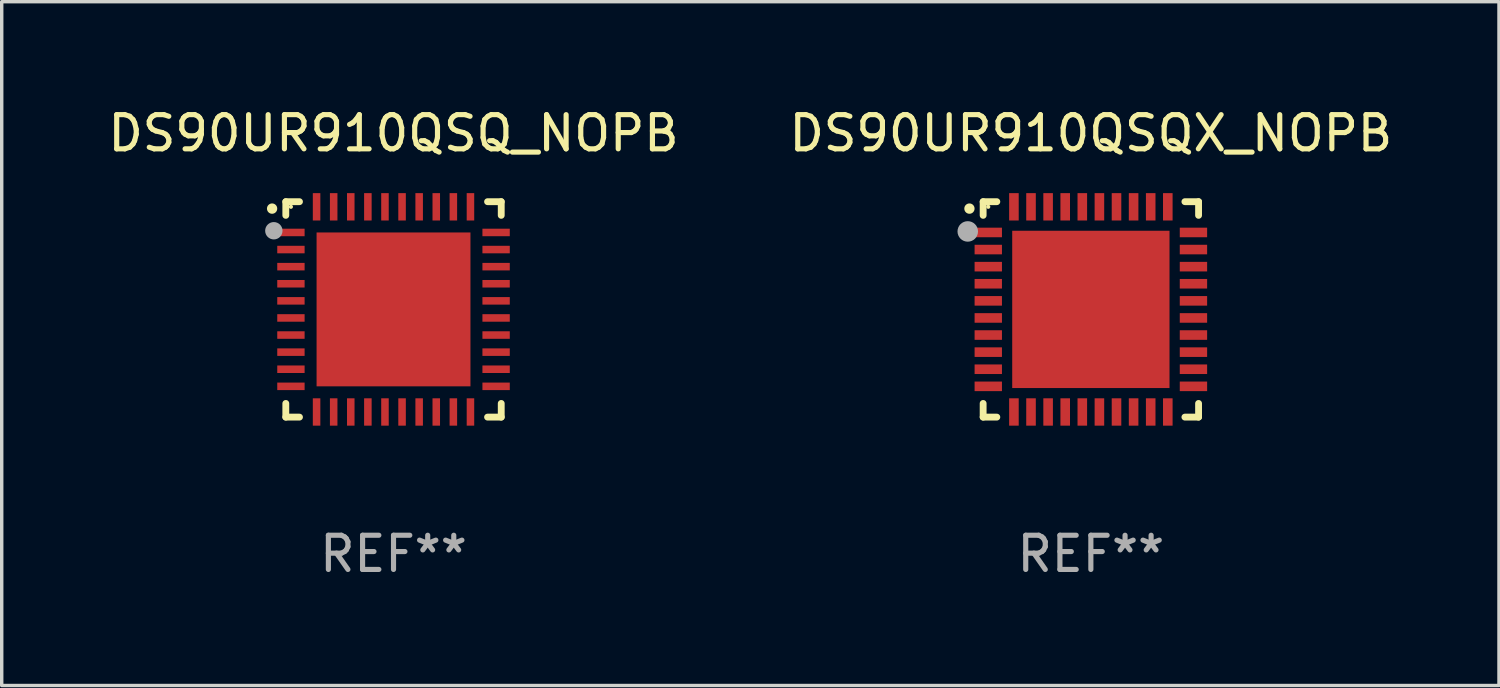
<source format=kicad_pcb>
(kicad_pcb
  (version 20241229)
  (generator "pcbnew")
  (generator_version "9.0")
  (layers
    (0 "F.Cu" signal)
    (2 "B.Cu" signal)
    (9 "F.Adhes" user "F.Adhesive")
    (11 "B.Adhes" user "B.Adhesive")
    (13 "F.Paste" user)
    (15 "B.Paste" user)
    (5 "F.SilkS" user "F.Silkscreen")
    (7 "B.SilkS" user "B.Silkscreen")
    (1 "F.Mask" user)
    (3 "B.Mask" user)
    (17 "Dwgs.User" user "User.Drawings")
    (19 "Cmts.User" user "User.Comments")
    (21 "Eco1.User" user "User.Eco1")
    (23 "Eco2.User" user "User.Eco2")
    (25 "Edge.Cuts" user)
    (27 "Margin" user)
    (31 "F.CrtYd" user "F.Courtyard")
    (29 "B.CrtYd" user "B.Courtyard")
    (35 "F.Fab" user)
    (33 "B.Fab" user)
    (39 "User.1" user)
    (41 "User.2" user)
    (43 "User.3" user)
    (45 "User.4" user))
  (footprint "DS90UR910QSQX_NOPB"
    (layer "F.Cu")
    (at 28.851 5.998)
    (property "Reference" "DS90UR910QSQX_NOPB" (at 0 -5.15 0) (layer "F.SilkS") (effects (font (size 1 1) (thickness 0.15))))
    (attr through_hole)
    (fp_line (start -3.15 -3.15) (end -2.75 -3.15) (stroke (width 0.2) (type solid)) (layer "F.SilkS"))
    (fp_line (start -3.15 -2.75) (end -3.15 -3.15) (stroke (width 0.2) (type solid)) (layer "F.SilkS"))
    (fp_line (start -3.15 3.15) (end -3.15 2.75) (stroke (width 0.2) (type solid)) (layer "F.SilkS"))
    (fp_line (start -2.75 3.15) (end -3.15 3.15) (stroke (width 0.2) (type solid)) (layer "F.SilkS"))
    (fp_line (start 2.75 -3.15) (end 3.15 -3.15) (stroke (width 0.2) (type solid)) (layer "F.SilkS"))
    (fp_line (start 2.75 3.15) (end 3.15 3.15) (stroke (width 0.2) (type solid)) (layer "F.SilkS"))
    (fp_line (start 3.15 -3.15) (end 3.15 -2.75) (stroke (width 0.2) (type solid)) (layer "F.SilkS"))
    (fp_line (start 3.15 3.15) (end 3.15 2.75) (stroke (width 0.2) (type solid)) (layer "F.SilkS"))
    (fp_arc (start -3.550927 -2.946406) (mid -3.550932 -2.947676) (end -3.550927 -2.948946) (stroke (width 0.3) (type solid)) (layer "F.SilkS"))
    (fp_circle (center -3 -3) (end -2.97 -3) (stroke (width 0.06) (type solid)) (fill no) (layer "F.SilkS"))
    (fp_circle (center -3.6 -2.28) (end -3.45 -2.28) (stroke (width 0.3) (type solid)) (fill no) (layer "F.Fab"))
    (fp_text user "REF**" (at 0 7.15 0) (layer "F.Fab") (effects (font (size 1 1) (thickness 0.15))))
    (pad "1" smd rect (at -3 -2.25 90) (size 0.28 0.8) (layers "F.Cu" "F.Mask" "F.Paste"))
    (pad "2" smd rect (at -3 -1.75 90) (size 0.28 0.8) (layers "F.Cu" "F.Mask" "F.Paste"))
    (pad "3" smd rect (at -3 -1.25 90) (size 0.28 0.8) (layers "F.Cu" "F.Mask" "F.Paste"))
    (pad "4" smd rect (at -3 -0.75 90) (size 0.28 0.8) (layers "F.Cu" "F.Mask" "F.Paste"))
    (pad "5" smd rect (at -3 -0.25 90) (size 0.28 0.8) (layers "F.Cu" "F.Mask" "F.Paste"))
    (pad "6" smd rect (at -3 0.25 90) (size 0.28 0.8) (layers "F.Cu" "F.Mask" "F.Paste"))
    (pad "7" smd rect (at -3 0.75 90) (size 0.28 0.8) (layers "F.Cu" "F.Mask" "F.Paste"))
    (pad "8" smd rect (at -3 1.25 90) (size 0.28 0.8) (layers "F.Cu" "F.Mask" "F.Paste"))
    (pad "9" smd rect (at -3 1.75 90) (size 0.28 0.8) (layers "F.Cu" "F.Mask" "F.Paste"))
    (pad "10" smd rect (at -3 2.25 90) (size 0.28 0.8) (layers "F.Cu" "F.Mask" "F.Paste"))
    (pad "11" smd rect (at -2.25 3) (size 0.28 0.8) (layers "F.Cu" "F.Mask" "F.Paste"))
    (pad "12" smd rect (at -1.75 3) (size 0.28 0.8) (layers "F.Cu" "F.Mask" "F.Paste"))
    (pad "13" smd rect (at -1.25 3) (size 0.28 0.8) (layers "F.Cu" "F.Mask" "F.Paste"))
    (pad "14" smd rect (at -0.75 3) (size 0.28 0.8) (layers "F.Cu" "F.Mask" "F.Paste"))
    (pad "15" smd rect (at -0.25 3) (size 0.28 0.8) (layers "F.Cu" "F.Mask" "F.Paste"))
    (pad "16" smd rect (at 0.25 3) (size 0.28 0.8) (layers "F.Cu" "F.Mask" "F.Paste"))
    (pad "17" smd rect (at 0.75 3) (size 0.28 0.8) (layers "F.Cu" "F.Mask" "F.Paste"))
    (pad "18" smd rect (at 1.25 3) (size 0.28 0.8) (layers "F.Cu" "F.Mask" "F.Paste"))
    (pad "19" smd rect (at 1.75 3) (size 0.28 0.8) (layers "F.Cu" "F.Mask" "F.Paste"))
    (pad "20" smd rect (at 2.25 3) (size 0.28 0.8) (layers "F.Cu" "F.Mask" "F.Paste"))
    (pad "21" smd rect (at 3 2.25 90) (size 0.28 0.8) (layers "F.Cu" "F.Mask" "F.Paste"))
    (pad "22" smd rect (at 3 1.75 90) (size 0.28 0.8) (layers "F.Cu" "F.Mask" "F.Paste"))
    (pad "23" smd rect (at 3 1.25 90) (size 0.28 0.8) (layers "F.Cu" "F.Mask" "F.Paste"))
    (pad "24" smd rect (at 3 0.75 90) (size 0.28 0.8) (layers "F.Cu" "F.Mask" "F.Paste"))
    (pad "25" smd rect (at 3 0.25 90) (size 0.28 0.8) (layers "F.Cu" "F.Mask" "F.Paste"))
    (pad "26" smd rect (at 3 -0.25 90) (size 0.28 0.8) (layers "F.Cu" "F.Mask" "F.Paste"))
    (pad "27" smd rect (at 3 -0.75 90) (size 0.28 0.8) (layers "F.Cu" "F.Mask" "F.Paste"))
    (pad "28" smd rect (at 3 -1.25 90) (size 0.28 0.8) (layers "F.Cu" "F.Mask" "F.Paste"))
    (pad "29" smd rect (at 3 -1.75 90) (size 0.28 0.8) (layers "F.Cu" "F.Mask" "F.Paste"))
    (pad "30" smd rect (at 3 -2.25 90) (size 0.28 0.8) (layers "F.Cu" "F.Mask" "F.Paste"))
    (pad "31" smd rect (at 2.25 -3) (size 0.28 0.8) (layers "F.Cu" "F.Mask" "F.Paste"))
    (pad "32" smd rect (at 1.75 -3) (size 0.28 0.8) (layers "F.Cu" "F.Mask" "F.Paste"))
    (pad "33" smd rect (at 1.25 -3) (size 0.28 0.8) (layers "F.Cu" "F.Mask" "F.Paste"))
    (pad "34" smd rect (at 0.75 -3) (size 0.28 0.8) (layers "F.Cu" "F.Mask" "F.Paste"))
    (pad "35" smd rect (at 0.25 -3) (size 0.28 0.8) (layers "F.Cu" "F.Mask" "F.Paste"))
    (pad "36" smd rect (at -0.25 -3) (size 0.28 0.8) (layers "F.Cu" "F.Mask" "F.Paste"))
    (pad "37" smd rect (at -0.75 -3) (size 0.28 0.8) (layers "F.Cu" "F.Mask" "F.Paste"))
    (pad "38" smd rect (at -1.25 -3) (size 0.28 0.8) (layers "F.Cu" "F.Mask" "F.Paste"))
    (pad "39" smd rect (at -1.75 -3) (size 0.28 0.8) (layers "F.Cu" "F.Mask" "F.Paste"))
    (pad "40" smd rect (at -2.25 -3) (size 0.28 0.8) (layers "F.Cu" "F.Mask" "F.Paste"))
    (pad "41" smd rect (at -0.000102 0) (size 4.6 4.6) (layers "F.Cu" "F.Mask" "F.Paste")))
  (footprint "DS90UR910QSQ_NOPB"
    (layer "F.Cu")
    (at 8.458 5.998)
    (property "Reference" "DS90UR910QSQ_NOPB" (at 0 -5.15 0) (layer "F.SilkS") (effects (font (size 1 1) (thickness 0.15))))
    (attr through_hole)
    (fp_line (start -3.15 -3.15) (end -2.75 -3.15) (stroke (width 0.2) (type solid)) (layer "F.SilkS"))
    (fp_line (start -3.15 -2.75) (end -3.15 -3.15) (stroke (width 0.2) (type solid)) (layer "F.SilkS"))
    (fp_line (start -3.15 3.15) (end -3.15 2.75) (stroke (width 0.2) (type solid)) (layer "F.SilkS"))
    (fp_line (start -2.75 3.15) (end -3.15 3.15) (stroke (width 0.2) (type solid)) (layer "F.SilkS"))
    (fp_line (start 2.75 -3.15) (end 3.15 -3.15) (stroke (width 0.2) (type solid)) (layer "F.SilkS"))
    (fp_line (start 2.75 3.15) (end 3.15 3.15) (stroke (width 0.2) (type solid)) (layer "F.SilkS"))
    (fp_line (start 3.15 -3.15) (end 3.15 -2.75) (stroke (width 0.2) (type solid)) (layer "F.SilkS"))
    (fp_line (start 3.15 3.15) (end 3.15 2.75) (stroke (width 0.2) (type solid)) (layer "F.SilkS"))
    (fp_arc (start -3.550927 -2.946406) (mid -3.550932 -2.947676) (end -3.550927 -2.948946) (stroke (width 0.3) (type solid)) (layer "F.SilkS"))
    (fp_circle (center -3 -3) (end -2.97 -3) (stroke (width 0.06) (type solid)) (fill no) (layer "F.SilkS"))
    (fp_circle (center -3.5 -2.3) (end -3.373 -2.3) (stroke (width 0.254) (type solid)) (fill no) (layer "F.Fab"))
    (fp_text user "REF**" (at 0 7.15 0) (layer "F.Fab") (effects (font (size 1 1) (thickness 0.15))))
    (pad "1" smd rect (at -3 -2.25) (size 0.8 0.22) (layers "F.Cu" "F.Mask" "F.Paste"))
    (pad "2" smd rect (at -3 -1.75) (size 0.8 0.22) (layers "F.Cu" "F.Mask" "F.Paste"))
    (pad "3" smd rect (at -3 -1.25) (size 0.8 0.22) (layers "F.Cu" "F.Mask" "F.Paste"))
    (pad "4" smd rect (at -3 -0.75) (size 0.8 0.22) (layers "F.Cu" "F.Mask" "F.Paste"))
    (pad "5" smd rect (at -3 -0.25) (size 0.8 0.22) (layers "F.Cu" "F.Mask" "F.Paste"))
    (pad "6" smd rect (at -3 0.25) (size 0.8 0.22) (layers "F.Cu" "F.Mask" "F.Paste"))
    (pad "7" smd rect (at -3 0.75) (size 0.8 0.22) (layers "F.Cu" "F.Mask" "F.Paste"))
    (pad "8" smd rect (at -3 1.25) (size 0.8 0.22) (layers "F.Cu" "F.Mask" "F.Paste"))
    (pad "9" smd rect (at -3 1.75) (size 0.8 0.22) (layers "F.Cu" "F.Mask" "F.Paste"))
    (pad "10" smd rect (at -3 2.25) (size 0.8 0.22) (layers "F.Cu" "F.Mask" "F.Paste"))
    (pad "11" smd rect (at -2.25 3) (size 0.22 0.8) (layers "F.Cu" "F.Mask" "F.Paste"))
    (pad "12" smd rect (at -1.75 3) (size 0.22 0.8) (layers "F.Cu" "F.Mask" "F.Paste"))
    (pad "13" smd rect (at -1.25 3) (size 0.22 0.8) (layers "F.Cu" "F.Mask" "F.Paste"))
    (pad "14" smd rect (at -0.75 3) (size 0.22 0.8) (layers "F.Cu" "F.Mask" "F.Paste"))
    (pad "15" smd rect (at -0.25 3) (size 0.22 0.8) (layers "F.Cu" "F.Mask" "F.Paste"))
    (pad "16" smd rect (at 0.25 3) (size 0.22 0.8) (layers "F.Cu" "F.Mask" "F.Paste"))
    (pad "17" smd rect (at 0.75 3) (size 0.22 0.8) (layers "F.Cu" "F.Mask" "F.Paste"))
    (pad "18" smd rect (at 1.25 3) (size 0.22 0.8) (layers "F.Cu" "F.Mask" "F.Paste"))
    (pad "19" smd rect (at 1.75 3) (size 0.22 0.8) (layers "F.Cu" "F.Mask" "F.Paste"))
    (pad "20" smd rect (at 2.25 3) (size 0.22 0.8) (layers "F.Cu" "F.Mask" "F.Paste"))
    (pad "21" smd rect (at 3 2.25) (size 0.8 0.22) (layers "F.Cu" "F.Mask" "F.Paste"))
    (pad "22" smd rect (at 3 1.75) (size 0.8 0.22) (layers "F.Cu" "F.Mask" "F.Paste"))
    (pad "23" smd rect (at 3 1.25) (size 0.8 0.22) (layers "F.Cu" "F.Mask" "F.Paste"))
    (pad "24" smd rect (at 3 0.75) (size 0.8 0.22) (layers "F.Cu" "F.Mask" "F.Paste"))
    (pad "25" smd rect (at 3 0.25) (size 0.8 0.22) (layers "F.Cu" "F.Mask" "F.Paste"))
    (pad "26" smd rect (at 3 -0.25) (size 0.8 0.22) (layers "F.Cu" "F.Mask" "F.Paste"))
    (pad "27" smd rect (at 3 -0.75) (size 0.8 0.22) (layers "F.Cu" "F.Mask" "F.Paste"))
    (pad "28" smd rect (at 3 -1.25) (size 0.8 0.22) (layers "F.Cu" "F.Mask" "F.Paste"))
    (pad "29" smd rect (at 3 -1.75) (size 0.8 0.22) (layers "F.Cu" "F.Mask" "F.Paste"))
    (pad "30" smd rect (at 3 -2.25) (size 0.8 0.22) (layers "F.Cu" "F.Mask" "F.Paste"))
    (pad "31" smd rect (at 2.25 -3) (size 0.22 0.8) (layers "F.Cu" "F.Mask" "F.Paste"))
    (pad "32" smd rect (at 1.75 -3) (size 0.22 0.8) (layers "F.Cu" "F.Mask" "F.Paste"))
    (pad "33" smd rect (at 1.25 -3) (size 0.22 0.8) (layers "F.Cu" "F.Mask" "F.Paste"))
    (pad "34" smd rect (at 0.75 -3) (size 0.22 0.8) (layers "F.Cu" "F.Mask" "F.Paste"))
    (pad "35" smd rect (at 0.25 -3) (size 0.22 0.8) (layers "F.Cu" "F.Mask" "F.Paste"))
    (pad "36" smd rect (at -0.25 -3) (size 0.22 0.8) (layers "F.Cu" "F.Mask" "F.Paste"))
    (pad "37" smd rect (at -0.75 -3) (size 0.22 0.8) (layers "F.Cu" "F.Mask" "F.Paste"))
    (pad "38" smd rect (at -1.25 -3) (size 0.22 0.8) (layers "F.Cu" "F.Mask" "F.Paste"))
    (pad "39" smd rect (at -1.75 -3) (size 0.22 0.8) (layers "F.Cu" "F.Mask" "F.Paste"))
    (pad "40" smd rect (at -2.25 -3) (size 0.22 0.8) (layers "F.Cu" "F.Mask" "F.Paste"))
    (pad "41" smd rect (at -0.000102 0) (size 4.5 4.5) (layers "F.Cu" "F.Mask" "F.Paste")))
  (gr_rect
    (start -3 -3)
    (end 40.786 16.997)
    (stroke (width 0.1) (type default))
    (fill no)
    (layer "Edge.Cuts")))
</source>
